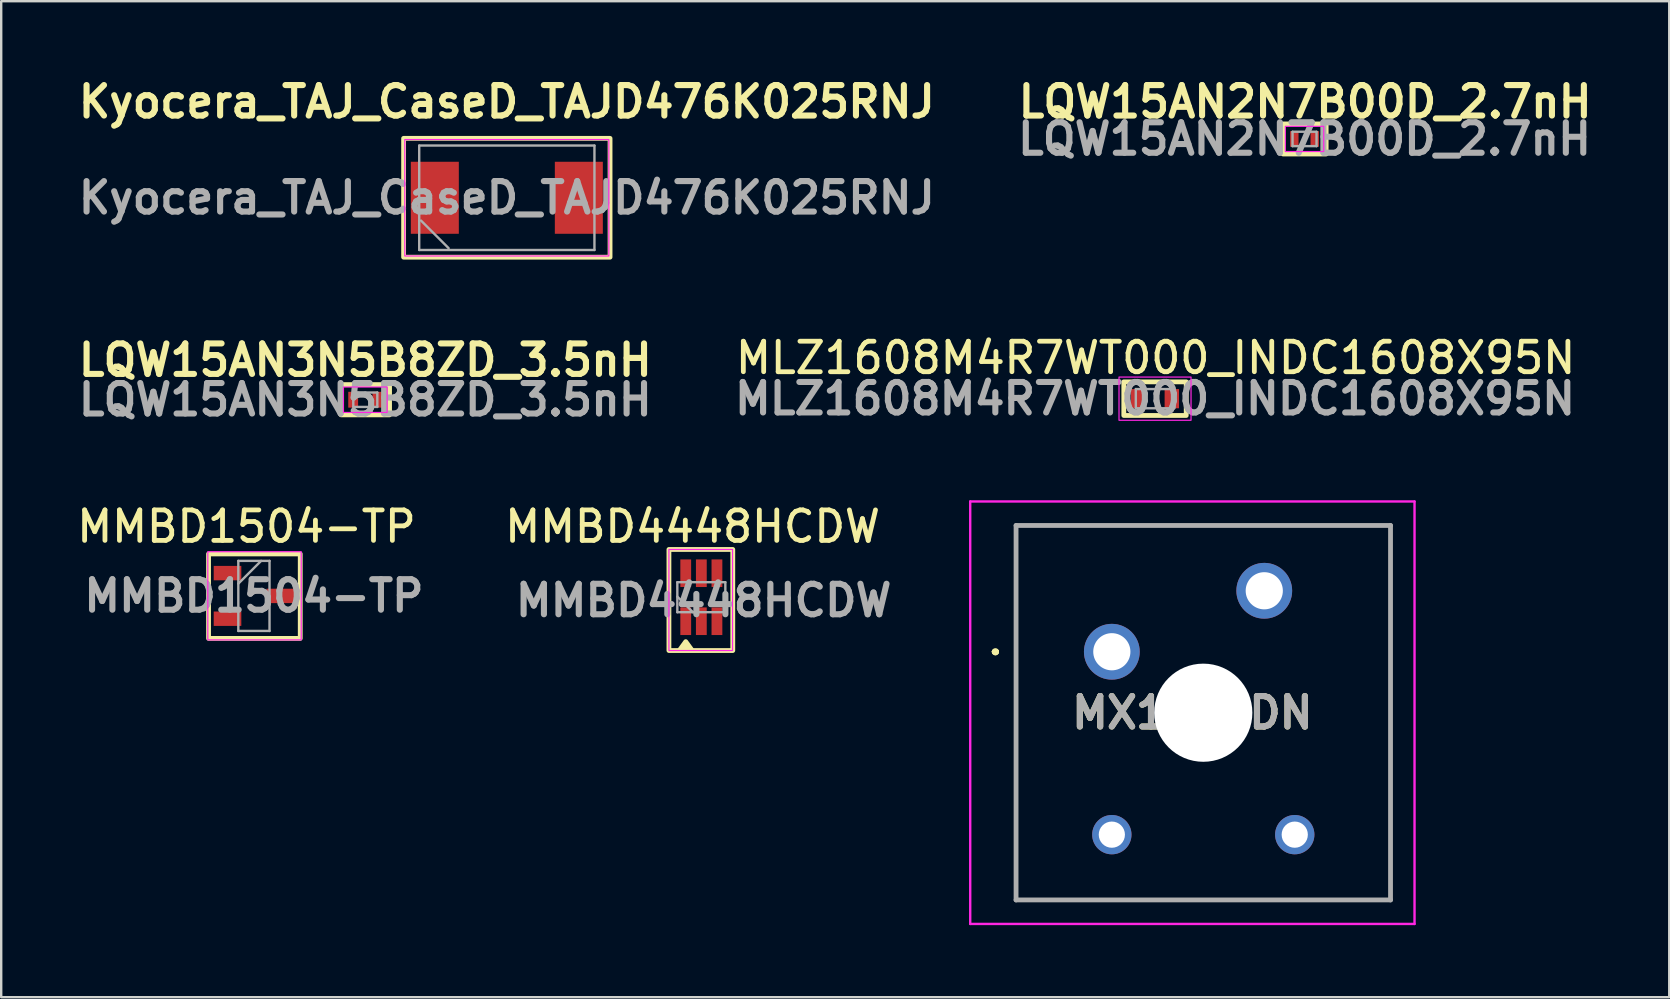
<source format=kicad_pcb>
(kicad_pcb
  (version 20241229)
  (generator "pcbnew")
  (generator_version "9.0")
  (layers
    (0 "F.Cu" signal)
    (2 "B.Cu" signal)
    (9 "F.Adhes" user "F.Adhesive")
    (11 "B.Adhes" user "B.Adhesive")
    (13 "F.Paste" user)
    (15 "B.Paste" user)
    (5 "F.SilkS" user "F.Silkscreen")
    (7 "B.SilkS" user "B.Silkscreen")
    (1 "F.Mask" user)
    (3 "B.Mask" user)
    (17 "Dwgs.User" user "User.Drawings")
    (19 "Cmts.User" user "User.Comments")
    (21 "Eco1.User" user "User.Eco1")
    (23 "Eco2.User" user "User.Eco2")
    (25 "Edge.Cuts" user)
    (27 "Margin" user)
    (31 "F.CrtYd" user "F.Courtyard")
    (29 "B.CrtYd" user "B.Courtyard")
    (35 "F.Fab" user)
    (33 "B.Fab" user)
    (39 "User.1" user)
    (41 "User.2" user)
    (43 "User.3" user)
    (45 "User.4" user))
  (footprint "Kyocera_TAJ_CaseD_TAJD476K025RNJ"
    (layer "F.Cu")
    (at 18.064 5.189)
    (property "Reference" "Kyocera_TAJ_CaseD_TAJD476K025RNJ" (at 0 -4 0) (layer "F.SilkS") (effects (font (size 1.27 1.27) (thickness 0.254))))
    (attr smd)
    (fp_rect (start -4.3 -2.475) (end 4.3 2.475) (stroke (width 0.2) (type default)) (fill no) (layer "F.SilkS"))
    (fp_rect (start -4.25 -2.425) (end 4.25 2.425) (stroke (width 0.05) (type default)) (fill no) (layer "F.CrtYd"))
    (fp_line (start -3.65 -2.175) (end 3.65 -2.175) (stroke (width 0.1) (type solid)) (layer "F.Fab"))
    (fp_line (start -3.65 2.175) (end -3.65 -2.175) (stroke (width 0.1) (type solid)) (layer "F.Fab"))
    (fp_line (start -2.425 2.1) (end -3.575 0.95) (stroke (width 0.1) (type solid)) (layer "F.Fab"))
    (fp_line (start 3.65 -2.175) (end 3.65 2.175) (stroke (width 0.1) (type solid)) (layer "F.Fab"))
    (fp_line (start 3.65 2.175) (end -3.65 2.175) (stroke (width 0.1) (type solid)) (layer "F.Fab"))
    (fp_text user "${REFERENCE}" (at 0 0 0) (layer "F.Fab") (effects (font (size 1.27 1.27) (thickness 0.254))))
    (pad "1" smd rect (at -3 0) (size 2 3) (layers "F.Cu" "F.Mask" "F.Paste"))
    (pad "2" smd rect (at 3 0) (size 2 3) (layers "F.Cu" "F.Mask" "F.Paste")))
  (footprint "MMBD1504-TP"
    (layer "F.Cu")
    (at 7.528 21.775)
    (property "Reference" "MMBD1504-TP" (at -0.31 -2.89 0) (layer "F.SilkS") (effects (font (size 1.27 1.27) (thickness 0.2))))
    (attr smd)
    (fp_rect (start -1.89 -1.75) (end 1.93 1.77) (stroke (width 0.2) (type default)) (fill no) (layer "F.SilkS"))
    (fp_rect (start -1.92 -1.84) (end 1.97 1.83) (stroke (width 0.05) (type default)) (fill no) (layer "F.CrtYd"))
    (fp_line (start -0.65 -1.46) (end 0.65 -1.46) (stroke (width 0.1) (type solid)) (layer "F.Fab"))
    (fp_line (start -0.65 -0.51) (end 0.3 -1.46) (stroke (width 0.1) (type solid)) (layer "F.Fab"))
    (fp_line (start -0.65 1.46) (end -0.65 -1.46) (stroke (width 0.1) (type solid)) (layer "F.Fab"))
    (fp_line (start 0.65 -1.46) (end 0.65 1.46) (stroke (width 0.1) (type solid)) (layer "F.Fab"))
    (fp_line (start 0.65 1.46) (end -0.65 1.46) (stroke (width 0.1) (type solid)) (layer "F.Fab"))
    (fp_text user "${REFERENCE}" (at 0 0 0) (layer "F.Fab") (effects (font (size 1.27 1.27) (thickness 0.254))))
    (pad "1" smd rect (at -1.1 -0.95 90) (size 0.6 1.15) (layers "F.Cu" "F.Mask" "F.Paste"))
    (pad "2" smd rect (at -1.1 0.95 90) (size 0.6 1.15) (layers "F.Cu" "F.Mask" "F.Paste"))
    (pad "3" smd rect (at 1.1 0 90) (size 0.6 1.15) (layers "F.Cu" "F.Mask" "F.Paste")))
  (footprint "MX1A11DN"
    (layer "F.Cu")
    (at 43.268 24.101)
    (property "Reference" "MX1A11DN" (at 3.355 2.54 0) (layer "F.SilkS") (effects (font (size 1.27 1.27) (thickness 0.254))))
    (attr through_hole)
    (fp_line (start -4.9 0) (end -4.9 0) (stroke (width 0.2) (type solid)) (layer "F.SilkS"))
    (fp_line (start -4.9 0) (end -4.9 0) (stroke (width 0.2) (type solid)) (layer "F.SilkS"))
    (fp_line (start -4.8 0) (end -4.8 0) (stroke (width 0.2) (type solid)) (layer "F.SilkS"))
    (fp_line (start -3.99 -5.26) (end 11.61 -5.26) (stroke (width 0.1) (type solid)) (layer "F.SilkS"))
    (fp_line (start -3.99 10.34) (end -3.99 -5.26) (stroke (width 0.1) (type solid)) (layer "F.SilkS"))
    (fp_line (start 11.61 -5.26) (end 11.61 10.34) (stroke (width 0.1) (type solid)) (layer "F.SilkS"))
    (fp_line (start 11.61 10.34) (end -3.99 10.34) (stroke (width 0.1) (type solid)) (layer "F.SilkS"))
    (fp_arc (start -4.9 0) (mid -4.85 -0.05) (end -4.8 0) (stroke (width 0.2) (type solid)) (layer "F.SilkS"))
    (fp_arc (start -4.8 0) (mid -4.85 0.05) (end -4.9 0) (stroke (width 0.2) (type solid)) (layer "F.SilkS"))
    (fp_arc (start -4.8 0) (mid -4.85 0.05) (end -4.9 0) (stroke (width 0.2) (type solid)) (layer "F.SilkS"))
    (fp_line (start -5.9 -6.26) (end 12.61 -6.26) (stroke (width 0.1) (type solid)) (layer "F.CrtYd"))
    (fp_line (start -5.9 11.34) (end -5.9 -6.26) (stroke (width 0.1) (type solid)) (layer "F.CrtYd"))
    (fp_line (start 12.61 -6.26) (end 12.61 11.34) (stroke (width 0.1) (type solid)) (layer "F.CrtYd"))
    (fp_line (start 12.61 11.34) (end -5.9 11.34) (stroke (width 0.1) (type solid)) (layer "F.CrtYd"))
    (fp_line (start -3.99 -5.26) (end -3.99 10.34) (stroke (width 0.2) (type solid)) (layer "F.Fab"))
    (fp_line (start -3.99 10.34) (end 11.61 10.34) (stroke (width 0.2) (type solid)) (layer "F.Fab"))
    (fp_line (start 11.61 -5.26) (end -3.99 -5.26) (stroke (width 0.2) (type solid)) (layer "F.Fab"))
    (fp_line (start 11.61 10.34) (end 11.61 -5.26) (stroke (width 0.2) (type solid)) (layer "F.Fab"))
    (fp_text user "${REFERENCE}" (at 3.355 2.54 0) (layer "F.Fab") (effects (font (size 1.27 1.27) (thickness 0.254))))
    (pad "" np_thru_hole circle (at 3.81 2.54) (size 4.089 4.089) (drill 4.089) (layers "*.Cu" "*.Mask"))
    (pad "1" thru_hole circle (at 0 0) (size 2.324 2.324) (drill 1.549) (layers "*.Cu" "*.Mask"))
    (pad "2" thru_hole circle (at 6.35 -2.54) (size 2.324 2.324) (drill 1.549) (layers "*.Cu" "*.Mask"))
    (pad "MH1" thru_hole circle (at 0 7.62) (size 1.638 1.638) (drill 1.092) (layers "*.Cu" "*.Mask"))
    (pad "MH2" thru_hole circle (at 7.62 7.62) (size 1.638 1.638) (drill 1.092) (layers "*.Cu" "*.Mask")))
  (footprint "MMBD4448HCDW"
    (layer "F.Cu")
    (at 26.262 21.965)
    (property "Reference" "MMBD4448HCDW" (at -0.46 -3.08 0) (layer "F.SilkS") (effects (font (size 1.27 1.27) (thickness 0.2))))
    (attr smd)
    (fp_rect (start -1.445 -2.125) (end 1.215 2.085) (stroke (width 0.2) (type default)) (fill no) (layer "F.SilkS"))
    (fp_poly (pts (xy -0.745 1.715) (xy -0.505 2.045) (xy -0.985 2.045) (xy -0.745 1.715)) (stroke (width 0.2) (type solid)) (fill yes) (layer "F.SilkS"))
    (fp_rect (start -1.445 -2.125) (end 1.205 2.085) (stroke (width 0.05) (type default)) (fill no) (layer "F.CrtYd"))
    (fp_line (start -1.095 -0.76) (end 0.905 -0.76) (stroke (width 0.1) (type solid)) (layer "F.Fab"))
    (fp_line (start -1.095 0.49) (end -1.095 -0.76) (stroke (width 0.1) (type solid)) (layer "F.Fab"))
    (fp_line (start -0.445 0.49) (end -1.095 -0.16) (stroke (width 0.1) (type solid)) (layer "F.Fab"))
    (fp_line (start 0.905 -0.76) (end 0.905 0.49) (stroke (width 0.1) (type solid)) (layer "F.Fab"))
    (fp_line (start 0.905 0.49) (end -1.095 0.49) (stroke (width 0.1) (type solid)) (layer "F.Fab"))
    (fp_text user "${REFERENCE}" (at 0 0 0) (layer "F.Fab") (effects (font (size 1.27 1.27) (thickness 0.254))))
    (pad "1" smd rect (at -0.745 0.865 180) (size 0.45 1.15) (layers "F.Cu" "F.Mask" "F.Paste"))
    (pad "2" smd rect (at -0.095 0.865 180) (size 0.45 1.15) (layers "F.Cu" "F.Mask" "F.Paste"))
    (pad "3" smd rect (at 0.555 0.865 180) (size 0.45 1.15) (layers "F.Cu" "F.Mask" "F.Paste"))
    (pad "4" smd rect (at 0.555 -1.135 180) (size 0.45 1.15) (layers "F.Cu" "F.Mask" "F.Paste"))
    (pad "5" smd rect (at -0.095 -1.135 180) (size 0.45 1.15) (layers "F.Cu" "F.Mask" "F.Paste"))
    (pad "6" smd rect (at -0.745 -1.135 180) (size 0.45 1.15) (layers "F.Cu" "F.Mask" "F.Paste")))
  (footprint "MLZ1608M4R7WT000_INDC1608X95N"
    (layer "F.Cu")
    (at 45.067 13.558)
    (property "Reference" "MLZ1608M4R7WT000_INDC1608X95N" (at 0.025 -1.7 0) (layer "F.SilkS") (effects (font (size 1.27 1.27) (thickness 0.2))))
    (attr smd)
    (fp_rect (start -1.3 -0.7) (end 1.3 0.7) (stroke (width 0.2) (type default)) (fill no) (layer "F.SilkS"))
    (fp_rect (start -1.5 -0.9) (end 1.5 0.9) (stroke (width 0.05) (type default)) (fill no) (layer "F.CrtYd"))
    (fp_line (start -0.8 -0.4) (end 0.8 -0.4) (stroke (width 0.1) (type solid)) (layer "F.Fab"))
    (fp_line (start -0.8 0.4) (end -0.8 -0.4) (stroke (width 0.1) (type solid)) (layer "F.Fab"))
    (fp_line (start 0.8 -0.4) (end 0.8 0.4) (stroke (width 0.1) (type solid)) (layer "F.Fab"))
    (fp_line (start 0.8 0.4) (end -0.8 0.4) (stroke (width 0.1) (type solid)) (layer "F.Fab"))
    (fp_text user "${REFERENCE}" (at 0 0 0) (layer "F.Fab") (effects (font (size 1.27 1.27) (thickness 0.254))))
    (pad "1" smd rect (at -0.7 0) (size 0.6 0.8) (layers "F.Cu" "F.Mask" "F.Paste"))
    (pad "2" smd rect (at 0.7 0) (size 0.6 0.8) (layers "F.Cu" "F.Mask" "F.Paste")))
  (footprint "LQW15AN2N7B00D_2.7nH"
    (layer "F.Cu")
    (at 51.296 2.739)
    (property "Reference" "LQW15AN2N7B00D_2.7nH" (at 0.025 -1.55 0) (layer "F.SilkS") (effects (font (size 1.27 1.27) (thickness 0.254))))
    (attr smd)
    (fp_rect (start -0.9 -0.625) (end 0.9 0.625) (stroke (width 0.2) (type default)) (fill no) (layer "F.SilkS"))
    (fp_rect (start -0.8 -0.525) (end 0.8 0.525) (stroke (width 0.05) (type default)) (fill no) (layer "F.CrtYd"))
    (fp_line (start -0.5 -0.3) (end 0.5 -0.3) (stroke (width 0.1) (type solid)) (layer "F.Fab"))
    (fp_line (start -0.5 0.3) (end -0.5 -0.3) (stroke (width 0.1) (type solid)) (layer "F.Fab"))
    (fp_line (start 0.5 -0.3) (end 0.5 0.3) (stroke (width 0.1) (type solid)) (layer "F.Fab"))
    (fp_line (start 0.5 0.3) (end -0.5 0.3) (stroke (width 0.1) (type solid)) (layer "F.Fab"))
    (fp_text user "${REFERENCE}" (at 0 0 0) (layer "F.Fab") (effects (font (size 1.27 1.27) (thickness 0.254))))
    (pad "1" smd rect (at -0.425 0) (size 0.35 0.65) (layers "F.Cu" "F.Mask" "F.Paste"))
    (pad "2" smd rect (at 0.425 0) (size 0.35 0.65) (layers "F.Cu" "F.Mask" "F.Paste")))
  (footprint "LQW15AN3N5B8ZD_3.5nH"
    (layer "F.Cu")
    (at 12.168 13.602)
    (property "Reference" "LQW15AN3N5B8ZD_3.5nH" (at 0 -1.65 0) (layer "F.SilkS") (effects (font (size 1.27 1.27) (thickness 0.254))))
    (attr smd)
    (fp_rect (start -1.01 -0.63) (end 1.01 0.63) (stroke (width 0.2) (type default)) (fill no) (layer "F.SilkS"))
    (fp_rect (start -0.91 -0.53) (end 0.91 0.53) (stroke (width 0.05) (type default)) (fill no) (layer "F.CrtYd"))
    (fp_line (start -0.5 -0.3) (end 0.5 -0.3) (stroke (width 0.1) (type solid)) (layer "F.Fab"))
    (fp_line (start -0.5 0.3) (end -0.5 -0.3) (stroke (width 0.1) (type solid)) (layer "F.Fab"))
    (fp_line (start 0.5 -0.3) (end 0.5 0.3) (stroke (width 0.1) (type solid)) (layer "F.Fab"))
    (fp_line (start 0.5 0.3) (end -0.5 0.3) (stroke (width 0.1) (type solid)) (layer "F.Fab"))
    (fp_text user "${REFERENCE}" (at 0 0 0) (layer "F.Fab") (effects (font (size 1.27 1.27) (thickness 0.254))))
    (pad "1" smd rect (at -0.505 0) (size 0.41 0.66) (layers "F.Cu" "F.Mask" "F.Paste"))
    (pad "2" smd rect (at 0.505 0) (size 0.41 0.66) (layers "F.Cu" "F.Mask" "F.Paste")))
  (gr_rect
    (start -3 -3)
    (end 66.489 38.491)
    (stroke (width 0.1) (type default))
    (fill no)
    (layer "Edge.Cuts")))
</source>
